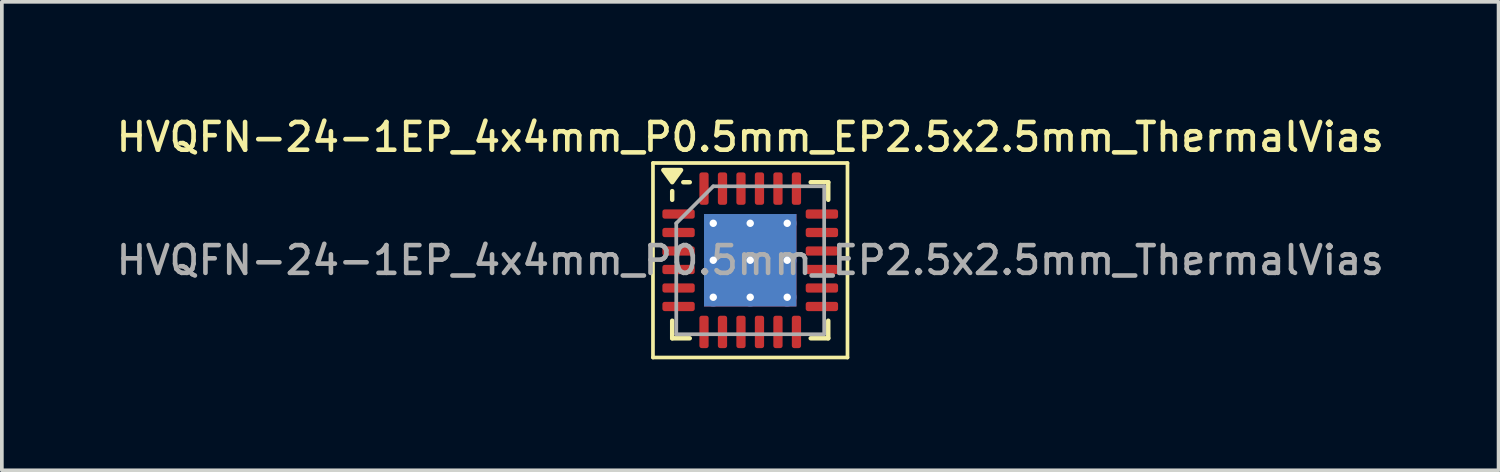
<source format=kicad_pcb>
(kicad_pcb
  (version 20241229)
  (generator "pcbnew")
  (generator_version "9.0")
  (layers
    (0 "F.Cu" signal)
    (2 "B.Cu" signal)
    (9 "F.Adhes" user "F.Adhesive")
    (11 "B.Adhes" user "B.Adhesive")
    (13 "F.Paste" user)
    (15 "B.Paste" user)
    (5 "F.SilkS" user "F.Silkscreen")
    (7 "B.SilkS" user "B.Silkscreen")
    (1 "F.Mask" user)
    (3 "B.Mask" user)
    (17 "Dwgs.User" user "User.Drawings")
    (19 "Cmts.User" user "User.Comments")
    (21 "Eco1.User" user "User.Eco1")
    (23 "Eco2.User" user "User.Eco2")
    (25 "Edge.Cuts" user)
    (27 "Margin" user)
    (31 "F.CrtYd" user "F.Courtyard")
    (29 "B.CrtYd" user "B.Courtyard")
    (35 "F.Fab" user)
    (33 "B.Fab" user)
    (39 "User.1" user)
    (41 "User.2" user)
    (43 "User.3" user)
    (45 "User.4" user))
  (footprint "HVQFN-24-1EP_4x4mm_P0.5mm_EP2.5x2.5mm_ThermalVias"
    (layer "F.Cu")
    (at 17.238 3.988)
    (property "Reference" "HVQFN-24-1EP_4x4mm_P0.5mm_EP2.5x2.5mm_ThermalVias" (at 0 -3.33 0) (layer "F.SilkS") (effects (font (size 0.75 0.75) (thickness 0.125))))
    (attr smd)
    (fp_line (start -2.63 -2.63) (end -2.63 2.63) (stroke (width 0.1) (type solid)) (layer "F.SilkS"))
    (fp_line (start -2.63 2.63) (end 2.63 2.63) (stroke (width 0.1) (type solid)) (layer "F.SilkS"))
    (fp_line (start -2.11 -1.635) (end -2.11 -1.87) (stroke (width 0.12) (type solid)) (layer "F.SilkS"))
    (fp_line (start -2.11 2.11) (end -2.11 1.635) (stroke (width 0.12) (type solid)) (layer "F.SilkS"))
    (fp_line (start -1.635 -2.11) (end -1.81 -2.11) (stroke (width 0.12) (type solid)) (layer "F.SilkS"))
    (fp_line (start -1.635 2.11) (end -2.11 2.11) (stroke (width 0.12) (type solid)) (layer "F.SilkS"))
    (fp_line (start 1.635 -2.11) (end 2.11 -2.11) (stroke (width 0.12) (type solid)) (layer "F.SilkS"))
    (fp_line (start 1.635 2.11) (end 2.11 2.11) (stroke (width 0.12) (type solid)) (layer "F.SilkS"))
    (fp_line (start 2.11 -2.11) (end 2.11 -1.635) (stroke (width 0.12) (type solid)) (layer "F.SilkS"))
    (fp_line (start 2.11 2.11) (end 2.11 1.635) (stroke (width 0.12) (type solid)) (layer "F.SilkS"))
    (fp_line (start 2.63 -2.63) (end -2.63 -2.63) (stroke (width 0.1) (type solid)) (layer "F.SilkS"))
    (fp_line (start 2.63 2.63) (end 2.63 -2.63) (stroke (width 0.1) (type solid)) (layer "F.SilkS"))
    (fp_poly (pts (xy -2.11 -2.11) (xy -2.35 -2.44) (xy -1.87 -2.44) (xy -2.11 -2.11)) (stroke (width 0.12) (type solid)) (fill yes) (layer "F.SilkS"))
    (fp_line (start -2 -1) (end -1 -2) (stroke (width 0.1) (type solid)) (layer "F.Fab"))
    (fp_line (start -2 2) (end -2 -1) (stroke (width 0.1) (type solid)) (layer "F.Fab"))
    (fp_line (start -1 -2) (end 2 -2) (stroke (width 0.1) (type solid)) (layer "F.Fab"))
    (fp_line (start 2 -2) (end 2 2) (stroke (width 0.1) (type solid)) (layer "F.Fab"))
    (fp_line (start 2 2) (end -2 2) (stroke (width 0.1) (type solid)) (layer "F.Fab"))
    (fp_text user "${REFERENCE}" (at 0 0 0) (layer "F.Fab") (effects (font (size 0.75 0.75) (thickness 0.125))))
    (pad "" smd custom (at -0.5 -0.5) (size 0.779 0.779) (layers "F.Paste") (options (anchor circle)) (primitives (gr_poly (pts (xy -0.315 -0.192) (xy -0.192 -0.315) (xy 0.192 -0.315) (xy 0.315 -0.192) (xy 0.315 0.192) (xy 0.192 0.315) (xy -0.192 0.315) (xy -0.315 0.192)) (width 0.297) (fill yes))))
    (pad "" smd custom (at -0.5 0.5) (size 0.779 0.779) (layers "F.Paste") (options (anchor circle)) (primitives (gr_poly (pts (xy -0.315 -0.192) (xy -0.192 -0.315) (xy 0.192 -0.315) (xy 0.315 -0.192) (xy 0.315 0.192) (xy 0.192 0.315) (xy -0.192 0.315) (xy -0.315 0.192)) (width 0.297) (fill yes))))
    (pad "" smd custom (at 0.5 -0.5) (size 0.779 0.779) (layers "F.Paste") (options (anchor circle)) (primitives (gr_poly (pts (xy -0.315 -0.192) (xy -0.192 -0.315) (xy 0.192 -0.315) (xy 0.315 -0.192) (xy 0.315 0.192) (xy 0.192 0.315) (xy -0.192 0.315) (xy -0.315 0.192)) (width 0.297) (fill yes))))
    (pad "" smd custom (at 0.5 0.5) (size 0.779 0.779) (layers "F.Paste") (options (anchor circle)) (primitives (gr_poly (pts (xy -0.315 -0.192) (xy -0.192 -0.315) (xy 0.192 -0.315) (xy 0.315 -0.192) (xy 0.315 0.192) (xy 0.192 0.315) (xy -0.192 0.315) (xy -0.315 0.192)) (width 0.297) (fill yes))))
    (pad "1" smd roundrect (at -1.938 -1.25) (size 0.875 0.25) (layers "F.Cu" "F.Mask" "F.Paste") (roundrect_rratio 0.25))
    (pad "2" smd roundrect (at -1.938 -0.75) (size 0.875 0.25) (layers "F.Cu" "F.Mask" "F.Paste") (roundrect_rratio 0.25))
    (pad "3" smd roundrect (at -1.938 -0.25) (size 0.875 0.25) (layers "F.Cu" "F.Mask" "F.Paste") (roundrect_rratio 0.25))
    (pad "4" smd roundrect (at -1.938 0.25) (size 0.875 0.25) (layers "F.Cu" "F.Mask" "F.Paste") (roundrect_rratio 0.25))
    (pad "5" smd roundrect (at -1.938 0.75) (size 0.875 0.25) (layers "F.Cu" "F.Mask" "F.Paste") (roundrect_rratio 0.25))
    (pad "6" smd roundrect (at -1.938 1.25) (size 0.875 0.25) (layers "F.Cu" "F.Mask" "F.Paste") (roundrect_rratio 0.25))
    (pad "7" smd roundrect (at -1.25 1.938) (size 0.25 0.875) (layers "F.Cu" "F.Mask" "F.Paste") (roundrect_rratio 0.25))
    (pad "8" smd roundrect (at -0.75 1.938) (size 0.25 0.875) (layers "F.Cu" "F.Mask" "F.Paste") (roundrect_rratio 0.25))
    (pad "9" smd roundrect (at -0.25 1.938) (size 0.25 0.875) (layers "F.Cu" "F.Mask" "F.Paste") (roundrect_rratio 0.25))
    (pad "10" smd roundrect (at 0.25 1.938) (size 0.25 0.875) (layers "F.Cu" "F.Mask" "F.Paste") (roundrect_rratio 0.25))
    (pad "11" smd roundrect (at 0.75 1.938) (size 0.25 0.875) (layers "F.Cu" "F.Mask" "F.Paste") (roundrect_rratio 0.25))
    (pad "12" smd roundrect (at 1.25 1.938) (size 0.25 0.875) (layers "F.Cu" "F.Mask" "F.Paste") (roundrect_rratio 0.25))
    (pad "13" smd roundrect (at 1.938 1.25) (size 0.875 0.25) (layers "F.Cu" "F.Mask" "F.Paste") (roundrect_rratio 0.25))
    (pad "14" smd roundrect (at 1.938 0.75) (size 0.875 0.25) (layers "F.Cu" "F.Mask" "F.Paste") (roundrect_rratio 0.25))
    (pad "15" smd roundrect (at 1.938 0.25) (size 0.875 0.25) (layers "F.Cu" "F.Mask" "F.Paste") (roundrect_rratio 0.25))
    (pad "16" smd roundrect (at 1.938 -0.25) (size 0.875 0.25) (layers "F.Cu" "F.Mask" "F.Paste") (roundrect_rratio 0.25))
    (pad "17" smd roundrect (at 1.938 -0.75) (size 0.875 0.25) (layers "F.Cu" "F.Mask" "F.Paste") (roundrect_rratio 0.25))
    (pad "18" smd roundrect (at 1.938 -1.25) (size 0.875 0.25) (layers "F.Cu" "F.Mask" "F.Paste") (roundrect_rratio 0.25))
    (pad "19" smd roundrect (at 1.25 -1.938) (size 0.25 0.875) (layers "F.Cu" "F.Mask" "F.Paste") (roundrect_rratio 0.25))
    (pad "20" smd roundrect (at 0.75 -1.938) (size 0.25 0.875) (layers "F.Cu" "F.Mask" "F.Paste") (roundrect_rratio 0.25))
    (pad "21" smd roundrect (at 0.25 -1.938) (size 0.25 0.875) (layers "F.Cu" "F.Mask" "F.Paste") (roundrect_rratio 0.25))
    (pad "22" smd roundrect (at -0.25 -1.938) (size 0.25 0.875) (layers "F.Cu" "F.Mask" "F.Paste") (roundrect_rratio 0.25))
    (pad "23" smd roundrect (at -0.75 -1.938) (size 0.25 0.875) (layers "F.Cu" "F.Mask" "F.Paste") (roundrect_rratio 0.25))
    (pad "24" smd roundrect (at -1.25 -1.938) (size 0.25 0.875) (layers "F.Cu" "F.Mask" "F.Paste") (roundrect_rratio 0.25))
    (pad "25" thru_hole circle (at -1 -1) (size 0.5 0.5) (drill 0.2) (property pad_prop_heatsink) (layers "*.Cu"))
    (pad "25" thru_hole circle (at -1 0) (size 0.5 0.5) (drill 0.2) (property pad_prop_heatsink) (layers "*.Cu"))
    (pad "25" thru_hole circle (at -1 1) (size 0.5 0.5) (drill 0.2) (property pad_prop_heatsink) (layers "*.Cu"))
    (pad "25" thru_hole circle (at 0 -1) (size 0.5 0.5) (drill 0.2) (property pad_prop_heatsink) (layers "*.Cu"))
    (pad "25" thru_hole circle (at 0 0) (size 0.5 0.5) (drill 0.2) (property pad_prop_heatsink) (layers "*.Cu"))
    (pad "25" smd rect (at 0 0) (size 2.5 2.5) (property pad_prop_heatsink) (layers "F.Cu" "F.Mask"))
    (pad "25" smd rect (at 0 0) (size 2.5 2.5) (property pad_prop_heatsink) (layers "B.Cu"))
    (pad "25" thru_hole circle (at 0 1) (size 0.5 0.5) (drill 0.2) (property pad_prop_heatsink) (layers "*.Cu"))
    (pad "25" thru_hole circle (at 1 -1) (size 0.5 0.5) (drill 0.2) (property pad_prop_heatsink) (layers "*.Cu"))
    (pad "25" thru_hole circle (at 1 0) (size 0.5 0.5) (drill 0.2) (property pad_prop_heatsink) (layers "*.Cu"))
    (pad "25" thru_hole circle (at 1 1) (size 0.5 0.5) (drill 0.2) (property pad_prop_heatsink) (layers "*.Cu")))
  (gr_rect
    (start -3 -3)
    (end 37.475 9.668)
    (stroke (width 0.1) (type default))
    (fill no)
    (layer "Edge.Cuts")))
</source>
